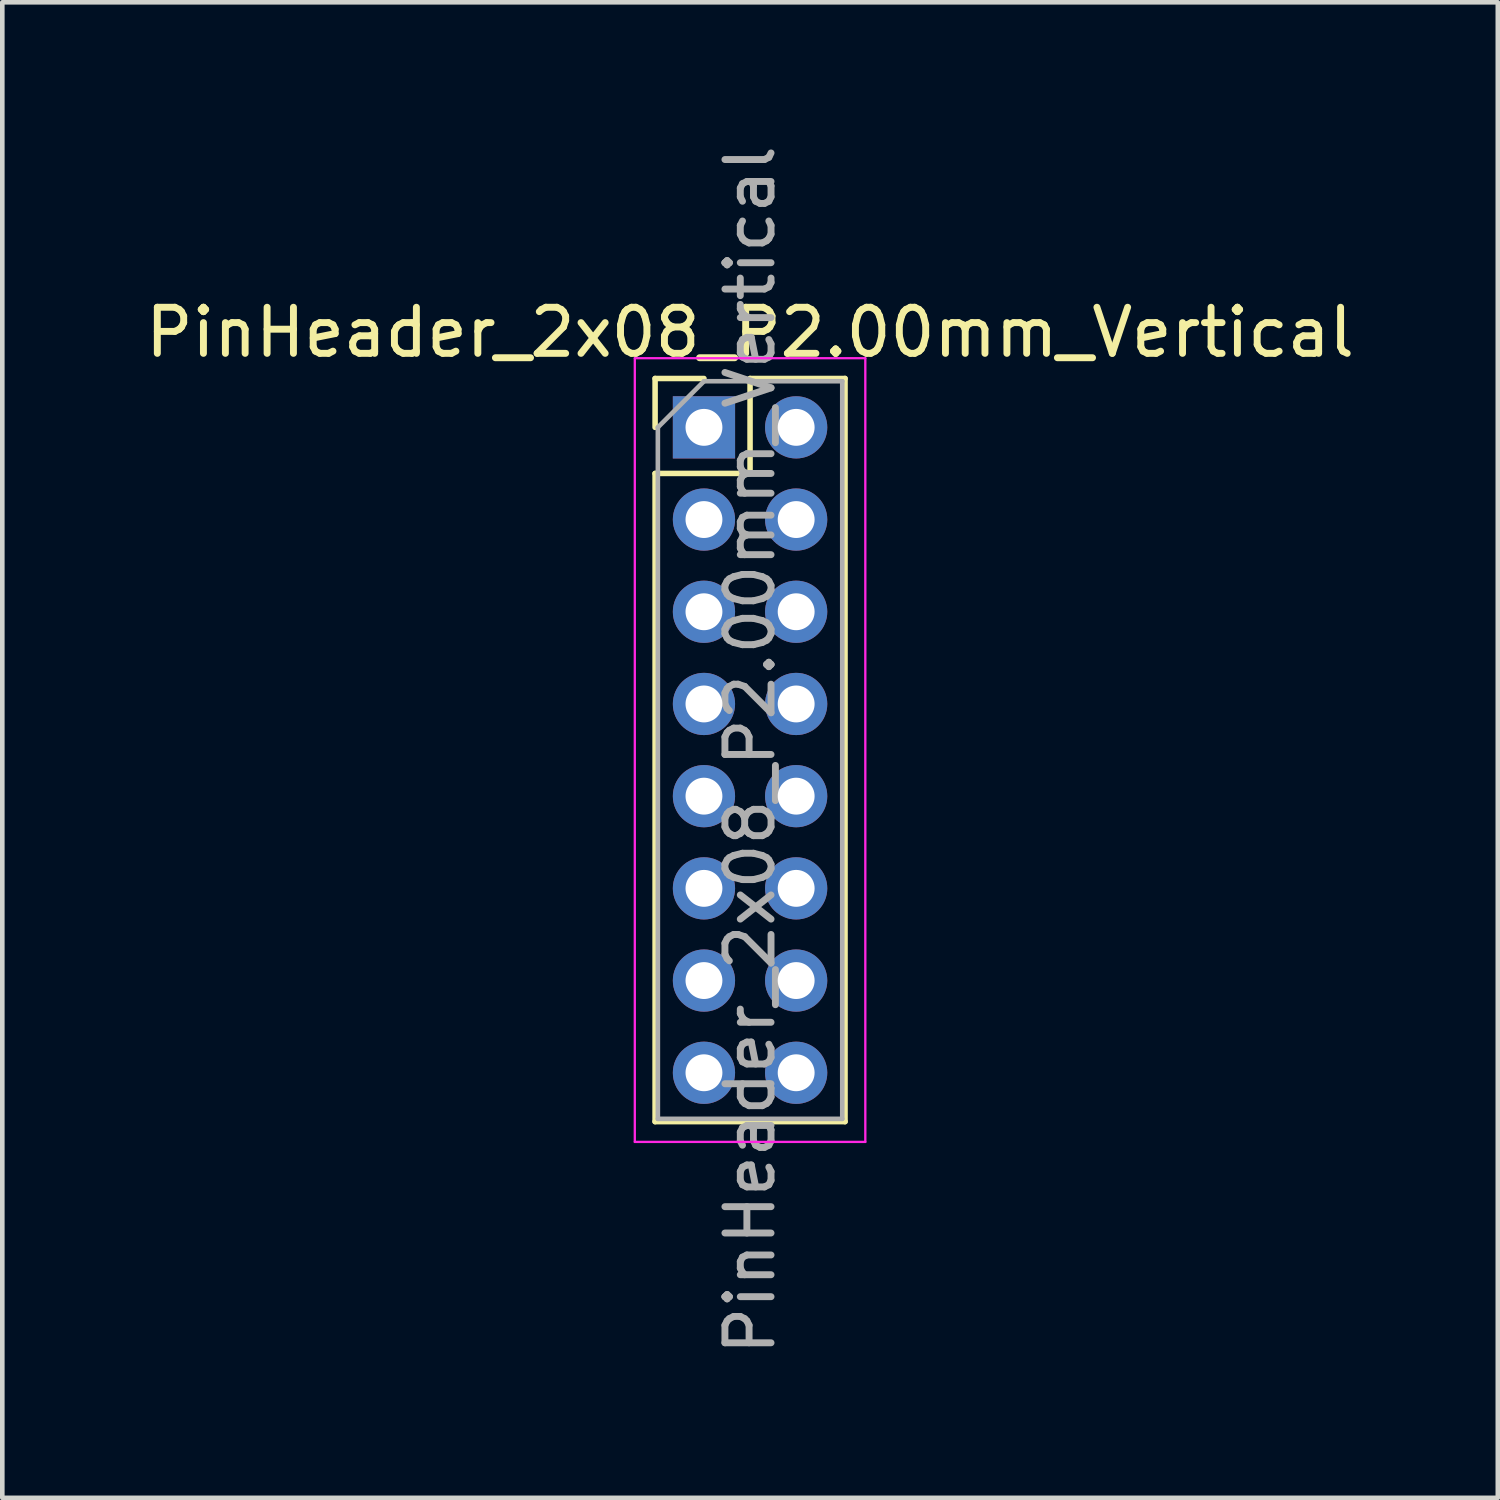
<source format=kicad_pcb>
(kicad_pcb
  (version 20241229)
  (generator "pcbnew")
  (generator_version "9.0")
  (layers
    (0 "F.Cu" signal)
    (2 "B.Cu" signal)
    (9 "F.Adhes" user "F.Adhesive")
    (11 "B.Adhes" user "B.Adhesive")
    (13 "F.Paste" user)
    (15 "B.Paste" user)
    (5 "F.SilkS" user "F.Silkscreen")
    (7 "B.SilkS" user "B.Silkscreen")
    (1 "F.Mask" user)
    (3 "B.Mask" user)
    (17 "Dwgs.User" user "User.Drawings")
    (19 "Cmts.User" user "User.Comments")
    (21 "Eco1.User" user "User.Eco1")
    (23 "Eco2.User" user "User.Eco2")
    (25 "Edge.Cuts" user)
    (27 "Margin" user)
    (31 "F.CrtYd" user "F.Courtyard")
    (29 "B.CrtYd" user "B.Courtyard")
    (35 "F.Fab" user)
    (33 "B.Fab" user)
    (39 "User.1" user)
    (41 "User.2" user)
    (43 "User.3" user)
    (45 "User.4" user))
  (footprint "PinHeader_2x08_P2.00mm_Vertical"
    (layer "F.Cu")
    (at 12.22 6.22)
    (property "Reference" "PinHeader_2x08_P2.00mm_Vertical" (at 1 -2.06 0) (layer "F.SilkS") (effects (font (size 1 1) (thickness 0.15))))
    (attr through_hole)
    (fp_line (start -1.06 -1.06) (end 0 -1.06) (stroke (width 0.12) (type solid)) (layer "F.SilkS"))
    (fp_line (start -1.06 0) (end -1.06 -1.06) (stroke (width 0.12) (type solid)) (layer "F.SilkS"))
    (fp_line (start -1.06 1) (end -1.06 15.06) (stroke (width 0.12) (type solid)) (layer "F.SilkS"))
    (fp_line (start -1.06 1) (end 1 1) (stroke (width 0.12) (type solid)) (layer "F.SilkS"))
    (fp_line (start -1.06 15.06) (end 3.06 15.06) (stroke (width 0.12) (type solid)) (layer "F.SilkS"))
    (fp_line (start 1 -1.06) (end 3.06 -1.06) (stroke (width 0.12) (type solid)) (layer "F.SilkS"))
    (fp_line (start 1 1) (end 1 -1.06) (stroke (width 0.12) (type solid)) (layer "F.SilkS"))
    (fp_line (start 3.06 -1.06) (end 3.06 15.06) (stroke (width 0.12) (type solid)) (layer "F.SilkS"))
    (fp_line (start -1.5 -1.5) (end -1.5 15.5) (stroke (width 0.05) (type solid)) (layer "F.CrtYd"))
    (fp_line (start -1.5 15.5) (end 3.5 15.5) (stroke (width 0.05) (type solid)) (layer "F.CrtYd"))
    (fp_line (start 3.5 -1.5) (end -1.5 -1.5) (stroke (width 0.05) (type solid)) (layer "F.CrtYd"))
    (fp_line (start 3.5 15.5) (end 3.5 -1.5) (stroke (width 0.05) (type solid)) (layer "F.CrtYd"))
    (fp_line (start -1 0) (end 0 -1) (stroke (width 0.1) (type solid)) (layer "F.Fab"))
    (fp_line (start -1 15) (end -1 0) (stroke (width 0.1) (type solid)) (layer "F.Fab"))
    (fp_line (start 0 -1) (end 3 -1) (stroke (width 0.1) (type solid)) (layer "F.Fab"))
    (fp_line (start 3 -1) (end 3 15) (stroke (width 0.1) (type solid)) (layer "F.Fab"))
    (fp_line (start 3 15) (end -1 15) (stroke (width 0.1) (type solid)) (layer "F.Fab"))
    (fp_text user "${REFERENCE}" (at 1 7 90) (layer "F.Fab") (effects (font (size 1 1) (thickness 0.15))))
    (pad "1" thru_hole rect (at 0 0) (size 1.35 1.35) (drill 0.8) (layers "*.Cu" "*.Mask"))
    (pad "2" thru_hole oval (at 2 0) (size 1.35 1.35) (drill 0.8) (layers "*.Cu" "*.Mask"))
    (pad "3" thru_hole oval (at 0 2) (size 1.35 1.35) (drill 0.8) (layers "*.Cu" "*.Mask"))
    (pad "4" thru_hole oval (at 2 2) (size 1.35 1.35) (drill 0.8) (layers "*.Cu" "*.Mask"))
    (pad "5" thru_hole oval (at 0 4) (size 1.35 1.35) (drill 0.8) (layers "*.Cu" "*.Mask"))
    (pad "6" thru_hole oval (at 2 4) (size 1.35 1.35) (drill 0.8) (layers "*.Cu" "*.Mask"))
    (pad "7" thru_hole oval (at 0 6) (size 1.35 1.35) (drill 0.8) (layers "*.Cu" "*.Mask"))
    (pad "8" thru_hole oval (at 2 6) (size 1.35 1.35) (drill 0.8) (layers "*.Cu" "*.Mask"))
    (pad "9" thru_hole oval (at 0 8) (size 1.35 1.35) (drill 0.8) (layers "*.Cu" "*.Mask"))
    (pad "10" thru_hole oval (at 2 8) (size 1.35 1.35) (drill 0.8) (layers "*.Cu" "*.Mask"))
    (pad "11" thru_hole oval (at 0 10) (size 1.35 1.35) (drill 0.8) (layers "*.Cu" "*.Mask"))
    (pad "12" thru_hole oval (at 2 10) (size 1.35 1.35) (drill 0.8) (layers "*.Cu" "*.Mask"))
    (pad "13" thru_hole oval (at 0 12) (size 1.35 1.35) (drill 0.8) (layers "*.Cu" "*.Mask"))
    (pad "14" thru_hole oval (at 2 12) (size 1.35 1.35) (drill 0.8) (layers "*.Cu" "*.Mask"))
    (pad "15" thru_hole oval (at 0 14) (size 1.35 1.35) (drill 0.8) (layers "*.Cu" "*.Mask"))
    (pad "16" thru_hole oval (at 2 14) (size 1.35 1.35) (drill 0.8) (layers "*.Cu" "*.Mask")))
  (gr_rect
    (start -3 -3)
    (end 29.44 29.44)
    (stroke (width 0.1) (type default))
    (fill no)
    (layer "Edge.Cuts")))
</source>
